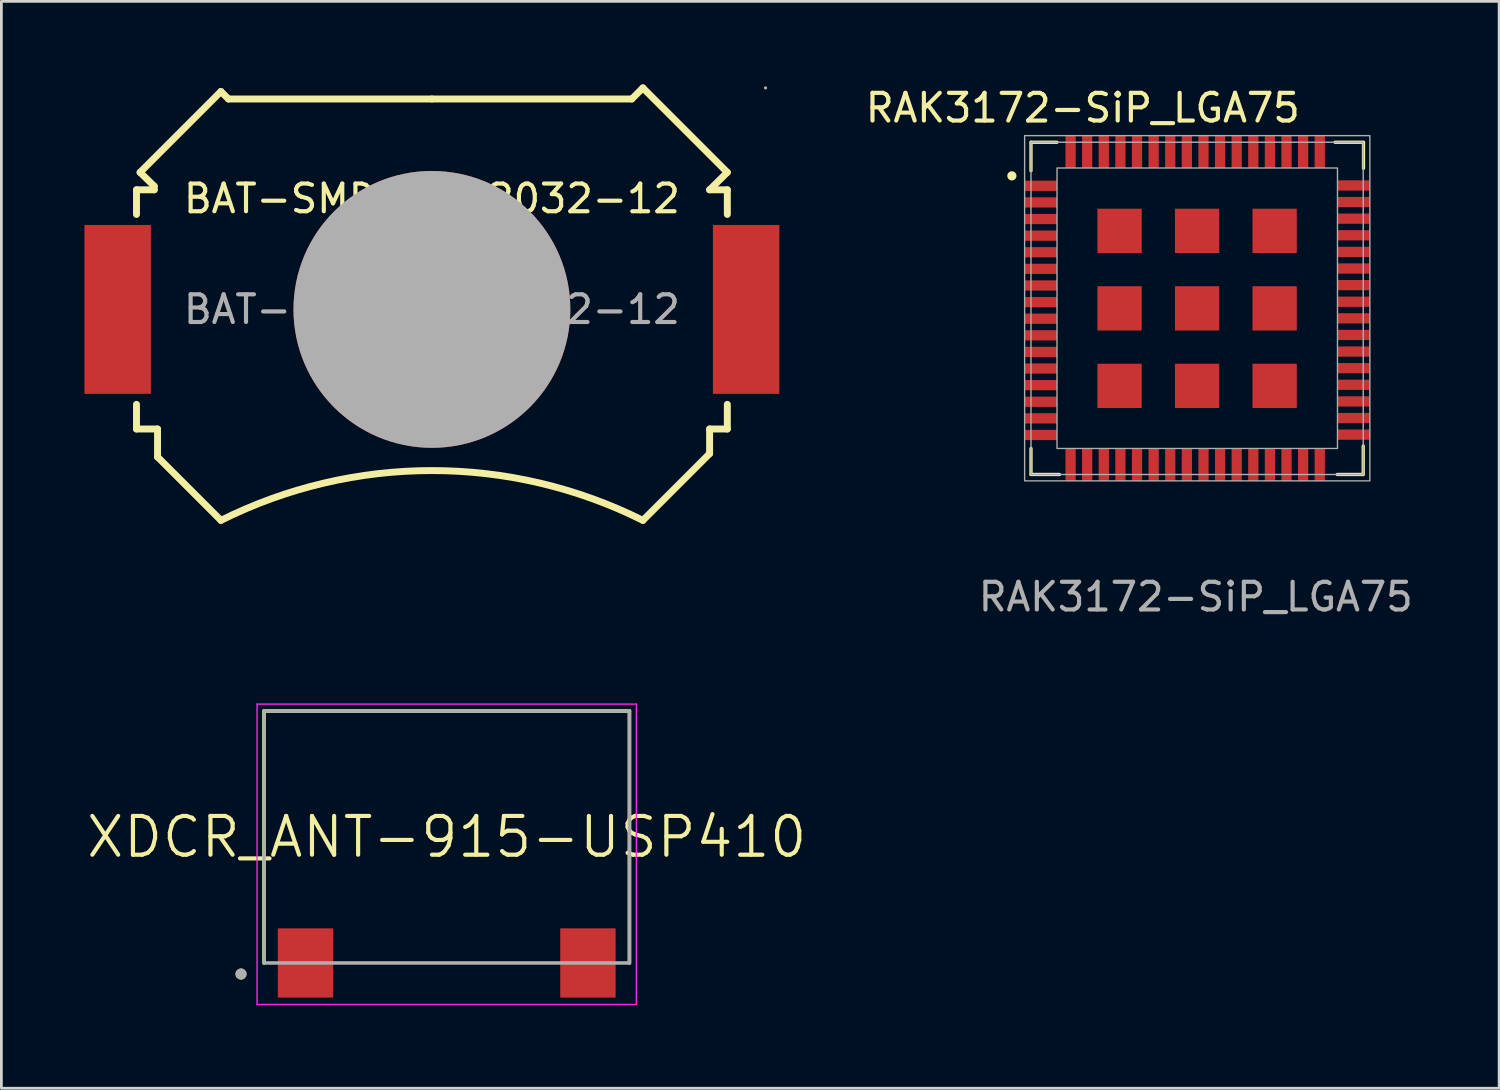
<source format=kicad_pcb>
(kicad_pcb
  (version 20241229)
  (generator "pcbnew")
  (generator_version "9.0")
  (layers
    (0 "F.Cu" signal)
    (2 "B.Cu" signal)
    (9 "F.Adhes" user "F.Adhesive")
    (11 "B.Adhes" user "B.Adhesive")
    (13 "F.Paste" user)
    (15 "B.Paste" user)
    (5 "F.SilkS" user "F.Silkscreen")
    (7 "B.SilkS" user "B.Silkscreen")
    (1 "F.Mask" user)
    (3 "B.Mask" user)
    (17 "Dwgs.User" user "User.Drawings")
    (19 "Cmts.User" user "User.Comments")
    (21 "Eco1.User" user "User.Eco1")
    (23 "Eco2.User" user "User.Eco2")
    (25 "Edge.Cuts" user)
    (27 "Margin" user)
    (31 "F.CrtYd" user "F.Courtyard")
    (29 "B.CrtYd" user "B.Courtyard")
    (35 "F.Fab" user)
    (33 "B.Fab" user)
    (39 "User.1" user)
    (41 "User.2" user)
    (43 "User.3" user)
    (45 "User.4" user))
  (footprint "BAT-SMD_MY-2032-12"
    (layer "F.Cu")
    (at 12.55 8.125)
    (property "Reference" "BAT-SMD_MY-2032-12" (at 0 -4 0) (layer "F.SilkS") (effects (font (size 1 1) (thickness 0.15))))
    (attr smd)
    (fp_line (start -10.67 -4.32) (end -10.03 -4.32) (stroke (width 0.25) (type solid)) (layer "F.SilkS"))
    (fp_line (start -10.67 -3.43) (end -10.67 -4.32) (stroke (width 0.25) (type solid)) (layer "F.SilkS"))
    (fp_line (start -10.67 3.43) (end -10.67 4.32) (stroke (width 0.25) (type solid)) (layer "F.SilkS"))
    (fp_line (start -10.67 4.32) (end -9.91 4.32) (stroke (width 0.25) (type solid)) (layer "F.SilkS"))
    (fp_line (start -10.54 -4.95) (end -7.62 -7.87) (stroke (width 0.25) (type solid)) (layer "F.SilkS"))
    (fp_line (start -10.03 -4.45) (end -10.54 -4.95) (stroke (width 0.25) (type solid)) (layer "F.SilkS"))
    (fp_line (start -10.03 -4.32) (end -10.03 -4.45) (stroke (width 0.25) (type solid)) (layer "F.SilkS"))
    (fp_line (start -9.91 4.32) (end -9.91 5.33) (stroke (width 0.25) (type solid)) (layer "F.SilkS"))
    (fp_line (start -9.91 5.33) (end -7.62 7.62) (stroke (width 0.25) (type solid)) (layer "F.SilkS"))
    (fp_line (start -7.35 -7.6) (end -7.62 -7.87) (stroke (width 0.25) (type solid)) (layer "F.SilkS"))
    (fp_line (start 0 -7.6) (end -7.35 -7.6) (stroke (width 0.25) (type solid)) (layer "F.SilkS"))
    (fp_line (start 0 -7.6) (end 7.22 -7.6) (stroke (width 0.25) (type solid)) (layer "F.SilkS"))
    (fp_line (start 7.22 -7.6) (end 7.62 -8) (stroke (width 0.25) (type solid)) (layer "F.SilkS"))
    (fp_line (start 10.03 -4.32) (end 10.67 -4.95) (stroke (width 0.25) (type solid)) (layer "F.SilkS"))
    (fp_line (start 10.03 4.32) (end 10.03 5.21) (stroke (width 0.25) (type solid)) (layer "F.SilkS"))
    (fp_line (start 10.03 5.21) (end 7.62 7.62) (stroke (width 0.25) (type solid)) (layer "F.SilkS"))
    (fp_line (start 10.67 -4.95) (end 7.62 -8) (stroke (width 0.25) (type solid)) (layer "F.SilkS"))
    (fp_line (start 10.67 -4.32) (end 10.03 -4.32) (stroke (width 0.25) (type solid)) (layer "F.SilkS"))
    (fp_line (start 10.67 -3.43) (end 10.67 -4.32) (stroke (width 0.25) (type solid)) (layer "F.SilkS"))
    (fp_line (start 10.67 3.43) (end 10.67 4.32) (stroke (width 0.25) (type solid)) (layer "F.SilkS"))
    (fp_line (start 10.67 4.32) (end 10.03 4.32) (stroke (width 0.25) (type solid)) (layer "F.SilkS"))
    (fp_arc (start -7.62 7.62) (mid -0.000015 5.821162) (end 7.619973 7.619986) (stroke (width 0.25) (type solid)) (layer "F.SilkS"))
    (fp_circle (center 0 0) (end 2.5 0) (stroke (width 5) (type solid)) (fill no) (layer "F.Fab"))
    (fp_circle (center 12.05 -8) (end 12.08 -8) (stroke (width 0.06) (type solid)) (fill no) (layer "F.Fab"))
    (fp_text user "${REFERENCE}" (at 0 0 0) (layer "F.Fab") (effects (font (size 1 1) (thickness 0.15))))
    (pad "1" smd rect (at -11.35 0) (size 2.4 6.1) (layers "F.Cu" "F.Mask" "F.Paste"))
    (pad "1" smd rect (at 11.35 0) (size 2.4 6.1) (layers "F.Cu" "F.Mask" "F.Paste"))
    (pad "2" smd circle (at 0 0) (size 10 10) (layers "F.Cu" "F.Mask" "F.Paste")))
  (footprint "RAK3172-SiP_LGA75"
    (layer "F.Cu")
    (at 40.158 8.118)
    (property "Reference" "RAK3172-SiP_LGA75" (at -4.1 -7.27 0) (unlocked yes) (layer "F.SilkS") (effects (font (size 1 1) (thickness 0.15))))
    (attr smd)
    (fp_line (start -5.97 -6.03) (end -5.97 -5) (stroke (width 0.12) (type solid)) (layer "F.SilkS"))
    (fp_line (start -5.97 5.96) (end -5.97 5.03) (stroke (width 0.12) (type solid)) (layer "F.SilkS"))
    (fp_line (start -5.97 5.97) (end -4.94 5.97) (stroke (width 0.12) (type solid)) (layer "F.SilkS"))
    (fp_line (start -5.96 -6.03) (end -5.03 -6.03) (stroke (width 0.12) (type solid)) (layer "F.SilkS"))
    (fp_line (start 6.02 5.97) (end 5.09 5.97) (stroke (width 0.12) (type solid)) (layer "F.SilkS"))
    (fp_line (start 6.03 5.97) (end 6.03 4.94) (stroke (width 0.12) (type solid)) (layer "F.SilkS"))
    (fp_line (start 6.04 -6.03) (end 5.01 -6.03) (stroke (width 0.12) (type solid)) (layer "F.SilkS"))
    (fp_line (start 6.04 -6.02) (end 6.04 -5.09) (stroke (width 0.12) (type solid)) (layer "F.SilkS"))
    (fp_circle (center -6.66 -4.816) (end -6.554 -4.816) (stroke (width 0.12) (type solid)) (fill yes) (layer "F.SilkS"))
    (fp_rect (start 5.1 5.03) (end -5.03 -5.1) (stroke (width 0.05) (type solid)) (fill no) (layer "F.Fab"))
    (fp_rect (start 6.03 5.97) (end -5.97 -6.03) (stroke (width 0.05) (type solid)) (fill no) (layer "F.Fab"))
    (fp_rect (start 6.27 6.2) (end -6.2 -6.27) (stroke (width 0.05) (type solid)) (fill no) (layer "F.Fab"))
    (fp_text user "${REFERENCE}" (at -0.02 10.39 0) (unlocked yes) (layer "F.Fab") (effects (font (size 1 1) (thickness 0.15))))
    (pad "1" smd trapezoid (at -5.616 -4.457 90) (size 0.37 1.17) (layers "F.Cu" "F.Mask" "F.Paste"))
    (pad "2" smd trapezoid (at -5.616 -3.857 90) (size 0.37 1.17) (layers "F.Cu" "F.Mask" "F.Paste"))
    (pad "3" smd trapezoid (at -5.616 -3.257 90) (size 0.37 1.17) (layers "F.Cu" "F.Mask" "F.Paste"))
    (pad "4" smd trapezoid (at -5.616 -2.657 90) (size 0.37 1.17) (layers "F.Cu" "F.Mask" "F.Paste"))
    (pad "5" smd trapezoid (at -5.616 -2.057 90) (size 0.37 1.17) (layers "F.Cu" "F.Mask" "F.Paste"))
    (pad "6" smd trapezoid (at -5.616 -1.457 90) (size 0.37 1.17) (layers "F.Cu" "F.Mask" "F.Paste"))
    (pad "7" smd trapezoid (at -5.616 -0.857 90) (size 0.37 1.17) (layers "F.Cu" "F.Mask" "F.Paste"))
    (pad "8" smd trapezoid (at -5.616 -0.257 90) (size 0.37 1.17) (layers "F.Cu" "F.Mask" "F.Paste"))
    (pad "9" smd trapezoid (at -5.616 0.343 90) (size 0.37 1.17) (layers "F.Cu" "F.Mask" "F.Paste"))
    (pad "10" smd trapezoid (at -5.616 0.943 90) (size 0.37 1.17) (layers "F.Cu" "F.Mask" "F.Paste"))
    (pad "11" smd trapezoid (at -5.616 1.543 90) (size 0.37 1.17) (layers "F.Cu" "F.Mask" "F.Paste"))
    (pad "12" smd trapezoid (at -5.616 2.143 90) (size 0.37 1.17) (layers "F.Cu" "F.Mask" "F.Paste"))
    (pad "13" smd trapezoid (at -5.616 2.743 90) (size 0.37 1.17) (layers "F.Cu" "F.Mask" "F.Paste"))
    (pad "14" smd trapezoid (at -5.616 3.343 90) (size 0.37 1.17) (layers "F.Cu" "F.Mask" "F.Paste"))
    (pad "15" smd trapezoid (at -5.616 3.943 90) (size 0.37 1.17) (layers "F.Cu" "F.Mask" "F.Paste"))
    (pad "16" smd trapezoid (at -5.616 4.543 90) (size 0.37 1.17) (layers "F.Cu" "F.Mask" "F.Paste"))
    (pad "17" smd trapezoid (at -4.54 5.62 180) (size 0.37 1.17) (layers "F.Cu" "F.Mask" "F.Paste"))
    (pad "18" smd trapezoid (at -3.94 5.62 180) (size 0.37 1.17) (layers "F.Cu" "F.Mask" "F.Paste"))
    (pad "19" smd trapezoid (at -3.34 5.62 180) (size 0.37 1.17) (layers "F.Cu" "F.Mask" "F.Paste"))
    (pad "20" smd trapezoid (at -2.74 5.62 180) (size 0.37 1.17) (layers "F.Cu" "F.Mask" "F.Paste"))
    (pad "21" smd trapezoid (at -2.14 5.62 180) (size 0.37 1.17) (layers "F.Cu" "F.Mask" "F.Paste"))
    (pad "22" smd trapezoid (at -1.54 5.62 180) (size 0.37 1.17) (layers "F.Cu" "F.Mask" "F.Paste"))
    (pad "23" smd trapezoid (at -0.94 5.62 180) (size 0.37 1.17) (layers "F.Cu" "F.Mask" "F.Paste"))
    (pad "24" smd trapezoid (at -0.34 5.62 180) (size 0.37 1.17) (layers "F.Cu" "F.Mask" "F.Paste"))
    (pad "25" smd trapezoid (at 0.26 5.62 180) (size 0.37 1.17) (layers "F.Cu" "F.Mask" "F.Paste"))
    (pad "26" smd trapezoid (at 0.86 5.62 180) (size 0.37 1.17) (layers "F.Cu" "F.Mask" "F.Paste"))
    (pad "27" smd trapezoid (at 1.46 5.62 180) (size 0.37 1.17) (layers "F.Cu" "F.Mask" "F.Paste"))
    (pad "28" smd trapezoid (at 2.06 5.62 180) (size 0.37 1.17) (layers "F.Cu" "F.Mask" "F.Paste"))
    (pad "29" smd trapezoid (at 2.66 5.62 180) (size 0.37 1.17) (layers "F.Cu" "F.Mask" "F.Paste"))
    (pad "30" smd trapezoid (at 3.26 5.62 180) (size 0.37 1.17) (layers "F.Cu" "F.Mask" "F.Paste"))
    (pad "31" smd trapezoid (at 3.86 5.62 180) (size 0.37 1.17) (layers "F.Cu" "F.Mask" "F.Paste"))
    (pad "32" smd trapezoid (at 4.46 5.62 180) (size 0.37 1.17) (layers "F.Cu" "F.Mask" "F.Paste"))
    (pad "33" smd trapezoid (at 5.67 4.53 90) (size 0.37 1.17) (layers "F.Cu" "F.Mask" "F.Paste"))
    (pad "34" smd trapezoid (at 5.67 3.93 90) (size 0.37 1.17) (layers "F.Cu" "F.Mask" "F.Paste"))
    (pad "35" smd trapezoid (at 5.67 3.33 90) (size 0.37 1.17) (layers "F.Cu" "F.Mask" "F.Paste"))
    (pad "36" smd trapezoid (at 5.67 2.73 90) (size 0.37 1.17) (layers "F.Cu" "F.Mask" "F.Paste"))
    (pad "37" smd trapezoid (at 5.67 2.13 90) (size 0.37 1.17) (layers "F.Cu" "F.Mask" "F.Paste"))
    (pad "38" smd trapezoid (at 5.67 1.53 90) (size 0.37 1.17) (layers "F.Cu" "F.Mask" "F.Paste"))
    (pad "39" smd trapezoid (at 5.67 0.93 90) (size 0.37 1.17) (layers "F.Cu" "F.Mask" "F.Paste"))
    (pad "40" smd trapezoid (at 5.67 0.33 90) (size 0.37 1.17) (layers "F.Cu" "F.Mask" "F.Paste"))
    (pad "41" smd trapezoid (at 5.67 -0.27 90) (size 0.37 1.17) (layers "F.Cu" "F.Mask" "F.Paste"))
    (pad "42" smd trapezoid (at 5.67 -0.87 90) (size 0.37 1.17) (layers "F.Cu" "F.Mask" "F.Paste"))
    (pad "43" smd trapezoid (at 5.67 -1.47 90) (size 0.37 1.17) (layers "F.Cu" "F.Mask" "F.Paste"))
    (pad "44" smd trapezoid (at 5.67 -2.07 90) (size 0.37 1.17) (layers "F.Cu" "F.Mask" "F.Paste"))
    (pad "45" smd trapezoid (at 5.67 -2.67 90) (size 0.37 1.17) (layers "F.Cu" "F.Mask" "F.Paste"))
    (pad "46" smd trapezoid (at 5.67 -3.27 90) (size 0.37 1.17) (layers "F.Cu" "F.Mask" "F.Paste"))
    (pad "47" smd trapezoid (at 5.67 -3.87 90) (size 0.37 1.17) (layers "F.Cu" "F.Mask" "F.Paste"))
    (pad "48" smd trapezoid (at 5.67 -4.47 90) (size 0.37 1.17) (layers "F.Cu" "F.Mask" "F.Paste"))
    (pad "49" smd trapezoid (at 4.46 -5.68 180) (size 0.37 1.17) (layers "F.Cu" "F.Mask" "F.Paste"))
    (pad "50" smd trapezoid (at 3.86 -5.68 180) (size 0.37 1.17) (layers "F.Cu" "F.Mask" "F.Paste"))
    (pad "51" smd trapezoid (at 3.26 -5.68 180) (size 0.37 1.17) (layers "F.Cu" "F.Mask" "F.Paste"))
    (pad "52" smd trapezoid (at 2.66 -5.68 180) (size 0.37 1.17) (layers "F.Cu" "F.Mask" "F.Paste"))
    (pad "53" smd trapezoid (at 2.06 -5.68 180) (size 0.37 1.17) (layers "F.Cu" "F.Mask" "F.Paste"))
    (pad "54" smd trapezoid (at 1.46 -5.68 180) (size 0.37 1.17) (layers "F.Cu" "F.Mask" "F.Paste"))
    (pad "55" smd trapezoid (at 0.86 -5.68 180) (size 0.37 1.17) (layers "F.Cu" "F.Mask" "F.Paste"))
    (pad "56" smd trapezoid (at 0.26 -5.68 180) (size 0.37 1.17) (layers "F.Cu" "F.Mask" "F.Paste"))
    (pad "57" smd trapezoid (at -0.34 -5.68 180) (size 0.37 1.17) (layers "F.Cu" "F.Mask" "F.Paste"))
    (pad "58" smd trapezoid (at -0.94 -5.68 180) (size 0.37 1.17) (layers "F.Cu" "F.Mask" "F.Paste"))
    (pad "59" smd trapezoid (at -1.54 -5.68 180) (size 0.37 1.17) (layers "F.Cu" "F.Mask" "F.Paste"))
    (pad "60" smd trapezoid (at -2.14 -5.68 180) (size 0.37 1.17) (layers "F.Cu" "F.Mask" "F.Paste"))
    (pad "61" smd trapezoid (at -2.74 -5.68 180) (size 0.37 1.17) (layers "F.Cu" "F.Mask" "F.Paste"))
    (pad "62" smd trapezoid (at -3.34 -5.68 180) (size 0.37 1.17) (layers "F.Cu" "F.Mask" "F.Paste"))
    (pad "63" smd trapezoid (at -3.94 -5.68 180) (size 0.37 1.17) (layers "F.Cu" "F.Mask" "F.Paste"))
    (pad "64" smd trapezoid (at -4.54 -5.68 180) (size 0.37 1.17) (layers "F.Cu" "F.Mask" "F.Paste"))
    (pad "65" smd trapezoid (at -2.77 -2.83 90) (size 1.6 1.6) (layers "F.Cu" "F.Mask" "F.Paste"))
    (pad "66" smd trapezoid (at 0.03 -2.83 90) (size 1.6 1.6) (layers "F.Cu" "F.Mask" "F.Paste"))
    (pad "67" smd trapezoid (at 2.83 -2.83 90) (size 1.6 1.6) (layers "F.Cu" "F.Mask" "F.Paste"))
    (pad "68" smd trapezoid (at -2.77 -0.03 90) (size 1.6 1.6) (layers "F.Cu" "F.Mask" "F.Paste"))
    (pad "69" smd trapezoid (at 0.03 -0.03 90) (size 1.6 1.6) (layers "F.Cu" "F.Mask" "F.Paste"))
    (pad "70" smd trapezoid (at 2.83 -0.03 90) (size 1.6 1.6) (layers "F.Cu" "F.Mask" "F.Paste"))
    (pad "71" smd trapezoid (at -2.77 2.77 90) (size 1.6 1.6) (layers "F.Cu" "F.Mask" "F.Paste"))
    (pad "72" smd trapezoid (at 0.03 2.77 90) (size 1.6 1.6) (layers "F.Cu" "F.Mask" "F.Paste"))
    (pad "73" smd trapezoid (at 2.83 2.77 90) (size 1.6 1.6) (layers "F.Cu" "F.Mask" "F.Paste")))
  (footprint "XDCR_ANT-915-USP410"
    (layer "F.Cu")
    (at 13.085 27.181)
    (property "Reference" "XDCR_ANT-915-USP410" (at 0 0 0) (layer "F.SilkS") (effects (font (size 1.4 1.4) (thickness 0.15))))
    (attr smd)
    (fp_line (start -6.6 -4.55) (end 6.6 -4.55) (stroke (width 0.127) (type solid)) (layer "F.SilkS"))
    (fp_line (start -6.6 4.55) (end -6.6 -4.55) (stroke (width 0.127) (type solid)) (layer "F.SilkS"))
    (fp_line (start 6.6 -4.55) (end 6.6 4.55) (stroke (width 0.127) (type solid)) (layer "F.SilkS"))
    (fp_circle (center -7.43 4.95) (end -7.33 4.95) (stroke (width 0.2) (type solid)) (fill no) (layer "F.SilkS"))
    (fp_line (start -6.85 -4.8) (end 6.85 -4.8) (stroke (width 0.05) (type solid)) (layer "F.CrtYd"))
    (fp_line (start -6.85 6.05) (end -6.85 -4.8) (stroke (width 0.05) (type solid)) (layer "F.CrtYd"))
    (fp_line (start 6.85 -4.8) (end 6.85 6.05) (stroke (width 0.05) (type solid)) (layer "F.CrtYd"))
    (fp_line (start 6.85 6.05) (end -6.85 6.05) (stroke (width 0.05) (type solid)) (layer "F.CrtYd"))
    (fp_line (start -6.6 -4.55) (end 6.6 -4.55) (stroke (width 0.127) (type solid)) (layer "F.Fab"))
    (fp_line (start -6.6 4.55) (end -6.6 -4.55) (stroke (width 0.127) (type solid)) (layer "F.Fab"))
    (fp_line (start 6.6 -4.55) (end 6.6 4.55) (stroke (width 0.127) (type solid)) (layer "F.Fab"))
    (fp_line (start 6.6 4.55) (end -6.6 4.55) (stroke (width 0.127) (type solid)) (layer "F.Fab"))
    (fp_circle (center -7.43 4.95) (end -7.33 4.95) (stroke (width 0.2) (type solid)) (fill no) (layer "F.Fab"))
    (pad "1" smd rect (at -5.1 4.55) (size 2 2.5) (layers "F.Cu" "F.Mask" "F.Paste"))
    (pad "2" smd rect (at 5.1 4.55) (size 2 2.5) (layers "F.Cu" "F.Mask" "F.Paste"))
    (zone (net_name "") (layer "F.Cu") (hatch full 0.508) (connect_pads) (min_thickness 0.01) (filled_areas_thickness no) (keepout (tracks not_allowed) (vias not_allowed) (pads not_allowed) (copperpour not_allowed) (footprints allowed)) (placement (enabled no)) (fill) (polygon (pts (xy 6.485 22.631) (xy 19.685 22.631) (xy 19.685 31.732) (xy 19.185 31.732) (xy 19.185 30.482) (xy 17.185 30.482) (xy 17.185 31.732) (xy 8.985 31.732) (xy 8.985 30.482) (xy 6.985 30.482) (xy 6.985 31.732) (xy 6.485 31.732))))
    (zone (net_name "") (layers "F.Cu" "B.Cu") (hatch full 0.508) (connect_pads) (min_thickness 0.01) (filled_areas_thickness no) (keepout (tracks allowed) (vias not_allowed) (pads allowed) (copperpour allowed) (footprints allowed)) (placement (enabled no)) (fill) (polygon (pts (xy 6.485 22.631) (xy 19.685 22.631) (xy 19.685 31.732) (xy 19.185 31.732) (xy 19.185 30.482) (xy 17.185 30.482) (xy 17.185 31.732) (xy 8.985 31.732) (xy 8.985 30.482) (xy 6.985 30.482) (xy 6.985 31.732) (xy 6.485 31.732)))))
  (gr_rect
    (start -3 -3)
    (end 51.097 36.257)
    (stroke (width 0.1) (type default))
    (fill no)
    (layer "Edge.Cuts")))
</source>
